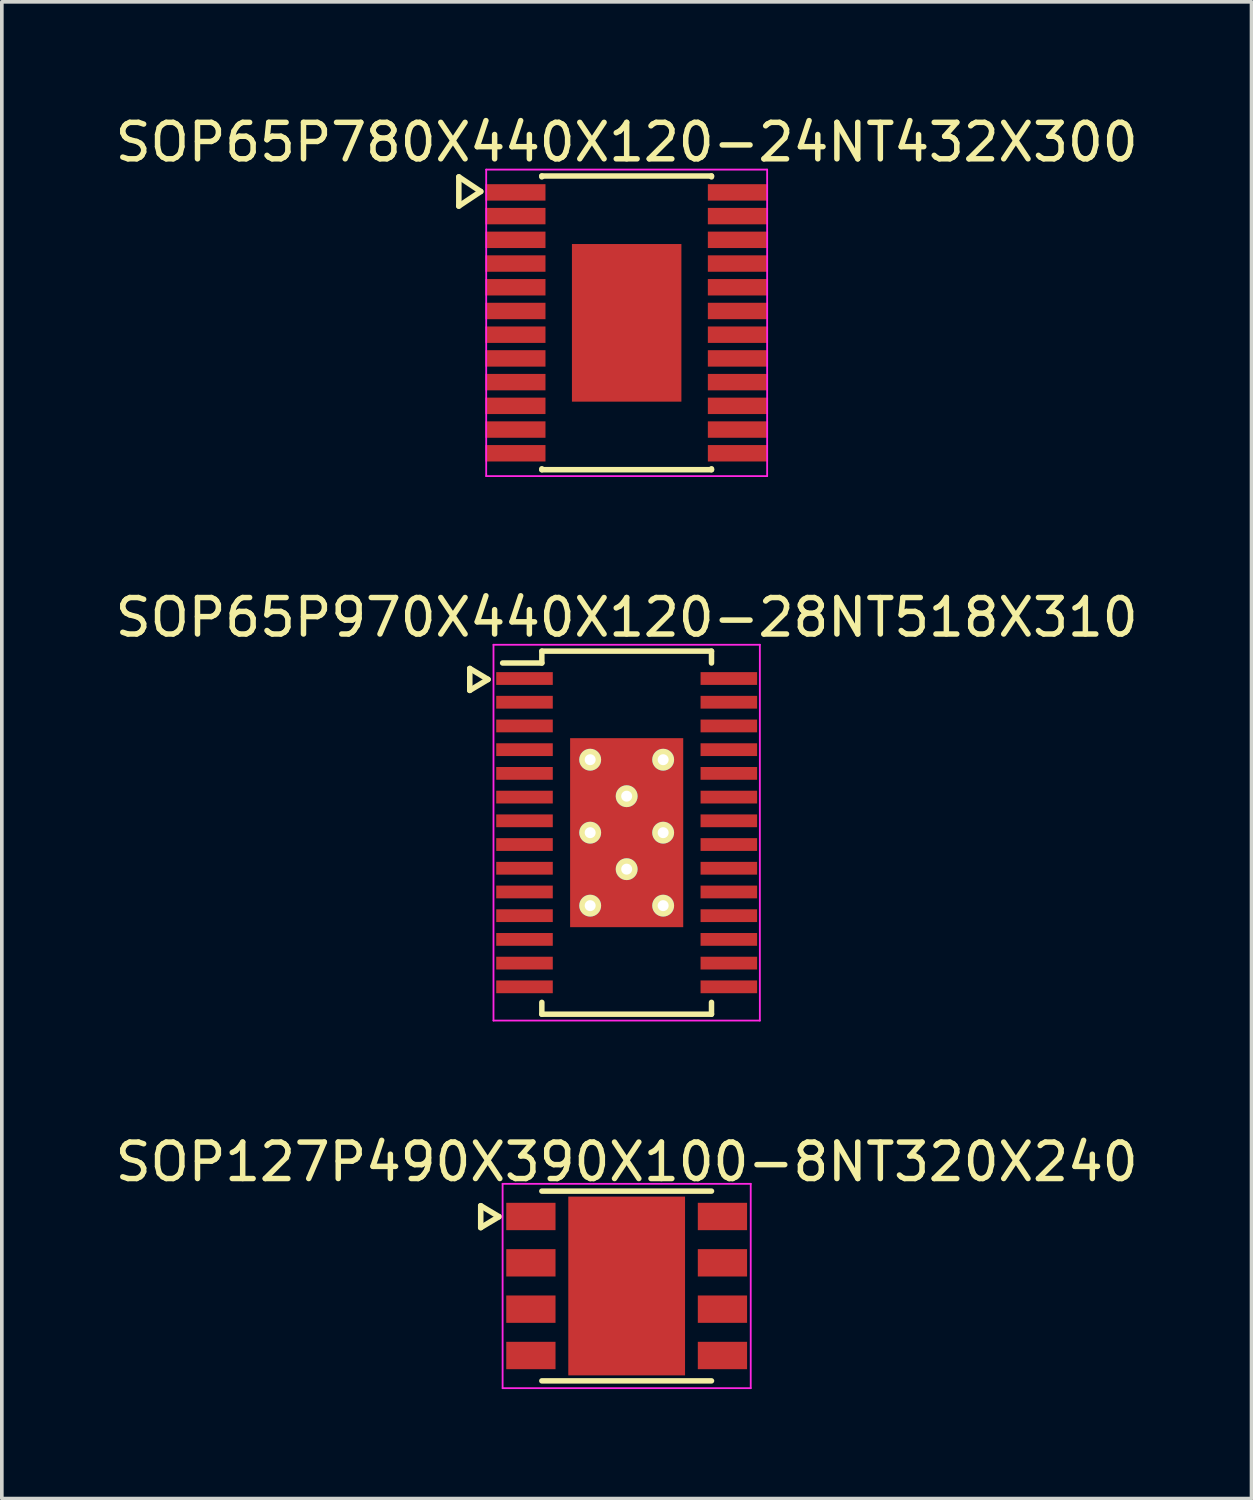
<source format=kicad_pcb>
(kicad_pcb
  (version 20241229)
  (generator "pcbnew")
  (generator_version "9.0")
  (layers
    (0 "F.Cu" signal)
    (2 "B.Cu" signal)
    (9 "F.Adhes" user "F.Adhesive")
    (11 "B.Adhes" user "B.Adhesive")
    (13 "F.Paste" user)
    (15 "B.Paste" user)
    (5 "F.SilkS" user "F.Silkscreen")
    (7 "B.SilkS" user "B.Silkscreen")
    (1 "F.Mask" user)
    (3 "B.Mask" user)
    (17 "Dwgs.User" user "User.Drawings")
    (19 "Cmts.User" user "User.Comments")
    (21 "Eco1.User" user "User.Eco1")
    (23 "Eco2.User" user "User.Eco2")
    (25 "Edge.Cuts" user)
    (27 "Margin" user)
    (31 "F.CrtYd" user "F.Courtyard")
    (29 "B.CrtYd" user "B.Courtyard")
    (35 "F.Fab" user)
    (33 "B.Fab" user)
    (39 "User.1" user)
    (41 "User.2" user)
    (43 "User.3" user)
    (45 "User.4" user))
  (footprint "SOP65P780X440X120-24NT432X300"
    (layer "F.Cu")
    (at 14.125 5.798)
    (property "Reference" "SOP65P780X440X120-24NT432X300" (at 0 -4.95 0) (layer "F.SilkS") (effects (font (size 1 1) (thickness 0.15))))
    (attr smd)
    (fp_line (start -4.6 -4) (end -4.6 -3.2) (stroke (width 0.152) (type solid)) (layer "F.SilkS"))
    (fp_line (start -4.6 -3.2) (end -4 -3.6) (stroke (width 0.152) (type solid)) (layer "F.SilkS"))
    (fp_line (start -4 -3.6) (end -4.6 -4) (stroke (width 0.152) (type solid)) (layer "F.SilkS"))
    (fp_line (start -2.325 -4.025) (end -2.325 -4) (stroke (width 0.15) (type solid)) (layer "F.SilkS"))
    (fp_line (start -2.325 -4.025) (end 2.325 -4.025) (stroke (width 0.15) (type solid)) (layer "F.SilkS"))
    (fp_line (start -2.325 4.025) (end -2.325 4) (stroke (width 0.15) (type solid)) (layer "F.SilkS"))
    (fp_line (start -2.325 4.025) (end 2.325 4.025) (stroke (width 0.15) (type solid)) (layer "F.SilkS"))
    (fp_line (start 2.325 -4.025) (end 2.325 -4) (stroke (width 0.15) (type solid)) (layer "F.SilkS"))
    (fp_line (start 2.325 4.025) (end 2.325 4) (stroke (width 0.15) (type solid)) (layer "F.SilkS"))
    (fp_line (start -3.85 -4.2) (end -3.85 4.2) (stroke (width 0.05) (type solid)) (layer "F.CrtYd"))
    (fp_line (start -3.85 -4.2) (end 3.85 -4.2) (stroke (width 0.05) (type solid)) (layer "F.CrtYd"))
    (fp_line (start -3.85 4.2) (end 3.85 4.2) (stroke (width 0.05) (type solid)) (layer "F.CrtYd"))
    (fp_line (start 3.85 -4.2) (end 3.85 4.2) (stroke (width 0.05) (type solid)) (layer "F.CrtYd"))
    (pad "1" smd rect (at -3.05 -3.575) (size 1.65 0.45) (layers "F.Cu" "F.Mask" "F.Paste"))
    (pad "2" smd rect (at -3.05 -2.925) (size 1.65 0.45) (layers "F.Cu" "F.Mask" "F.Paste"))
    (pad "3" smd rect (at -3.05 -2.275) (size 1.65 0.45) (layers "F.Cu" "F.Mask" "F.Paste"))
    (pad "4" smd rect (at -3.05 -1.625) (size 1.65 0.45) (layers "F.Cu" "F.Mask" "F.Paste"))
    (pad "5" smd rect (at -3.05 -0.975) (size 1.65 0.45) (layers "F.Cu" "F.Mask" "F.Paste"))
    (pad "6" smd rect (at -3.05 -0.325) (size 1.65 0.45) (layers "F.Cu" "F.Mask" "F.Paste"))
    (pad "7" smd rect (at -3.05 0.325) (size 1.65 0.45) (layers "F.Cu" "F.Mask" "F.Paste"))
    (pad "8" smd rect (at -3.05 0.975) (size 1.65 0.45) (layers "F.Cu" "F.Mask" "F.Paste"))
    (pad "9" smd rect (at -3.05 1.625) (size 1.65 0.45) (layers "F.Cu" "F.Mask" "F.Paste"))
    (pad "10" smd rect (at -3.05 2.275) (size 1.65 0.45) (layers "F.Cu" "F.Mask" "F.Paste"))
    (pad "11" smd rect (at -3.05 2.925) (size 1.65 0.45) (layers "F.Cu" "F.Mask" "F.Paste"))
    (pad "12" smd rect (at -3.05 3.575) (size 1.65 0.45) (layers "F.Cu" "F.Mask" "F.Paste"))
    (pad "13" smd rect (at 3.05 3.575) (size 1.65 0.45) (layers "F.Cu" "F.Mask" "F.Paste"))
    (pad "14" smd rect (at 3.05 2.925) (size 1.65 0.45) (layers "F.Cu" "F.Mask" "F.Paste"))
    (pad "15" smd rect (at 3.05 2.275) (size 1.65 0.45) (layers "F.Cu" "F.Mask" "F.Paste"))
    (pad "16" smd rect (at 3.05 1.625) (size 1.65 0.45) (layers "F.Cu" "F.Mask" "F.Paste"))
    (pad "17" smd rect (at 3.05 0.975) (size 1.65 0.45) (layers "F.Cu" "F.Mask" "F.Paste"))
    (pad "18" smd rect (at 3.05 0.325) (size 1.65 0.45) (layers "F.Cu" "F.Mask" "F.Paste"))
    (pad "19" smd rect (at 3.05 -0.325) (size 1.65 0.45) (layers "F.Cu" "F.Mask" "F.Paste"))
    (pad "20" smd rect (at 3.05 -0.975) (size 1.65 0.45) (layers "F.Cu" "F.Mask" "F.Paste"))
    (pad "21" smd rect (at 3.05 -1.625) (size 1.65 0.45) (layers "F.Cu" "F.Mask" "F.Paste"))
    (pad "22" smd rect (at 3.05 -2.275) (size 1.65 0.45) (layers "F.Cu" "F.Mask" "F.Paste"))
    (pad "23" smd rect (at 3.05 -2.925) (size 1.65 0.45) (layers "F.Cu" "F.Mask" "F.Paste"))
    (pad "24" smd rect (at 3.05 -3.575) (size 1.65 0.45) (layers "F.Cu" "F.Mask" "F.Paste"))
    (pad "25" smd rect (at 0 0) (size 3 4.32) (layers "F.Cu" "F.Mask" "F.Paste")))
  (footprint "SOP127P490X390X100-8NT320X240"
    (layer "F.Cu")
    (at 14.125 32.195)
    (property "Reference" "SOP127P490X390X100-8NT320X240" (at 0 -3.4 0) (layer "F.SilkS") (effects (font (size 1 1) (thickness 0.15))))
    (attr smd)
    (fp_line (start -4 -2.2) (end -4 -1.6) (stroke (width 0.152) (type solid)) (layer "F.SilkS"))
    (fp_line (start -4 -1.6) (end -3.5 -1.9) (stroke (width 0.152) (type solid)) (layer "F.SilkS"))
    (fp_line (start -3.5 -1.9) (end -4 -2.2) (stroke (width 0.152) (type solid)) (layer "F.SilkS"))
    (fp_line (start -2.325 -2.6) (end 2.325 -2.6) (stroke (width 0.15) (type solid)) (layer "F.SilkS"))
    (fp_line (start -2.325 2.6) (end 2.325 2.6) (stroke (width 0.15) (type solid)) (layer "F.SilkS"))
    (fp_line (start -3.4 -2.8) (end -3.4 2.8) (stroke (width 0.05) (type solid)) (layer "F.CrtYd"))
    (fp_line (start -3.4 -2.8) (end 3.4 -2.8) (stroke (width 0.05) (type solid)) (layer "F.CrtYd"))
    (fp_line (start -3.4 2.8) (end 3.4 2.8) (stroke (width 0.05) (type solid)) (layer "F.CrtYd"))
    (fp_line (start 3.4 -2.8) (end 3.4 2.8) (stroke (width 0.05) (type solid)) (layer "F.CrtYd"))
    (pad "1" smd rect (at -2.625 -1.905) (size 1.35 0.75) (layers "F.Cu" "F.Mask" "F.Paste"))
    (pad "2" smd rect (at -2.625 -0.635) (size 1.35 0.75) (layers "F.Cu" "F.Mask" "F.Paste"))
    (pad "3" smd rect (at -2.625 0.635) (size 1.35 0.75) (layers "F.Cu" "F.Mask" "F.Paste"))
    (pad "4" smd rect (at -2.625 1.905) (size 1.35 0.75) (layers "F.Cu" "F.Mask" "F.Paste"))
    (pad "5" smd rect (at 2.625 1.905) (size 1.35 0.75) (layers "F.Cu" "F.Mask" "F.Paste"))
    (pad "6" smd rect (at 2.625 0.635) (size 1.35 0.75) (layers "F.Cu" "F.Mask" "F.Paste"))
    (pad "7" smd rect (at 2.625 -0.635) (size 1.35 0.75) (layers "F.Cu" "F.Mask" "F.Paste"))
    (pad "8" smd rect (at 2.625 -1.905) (size 1.35 0.75) (layers "F.Cu" "F.Mask" "F.Paste"))
    (pad "9" smd rect (at 0 0) (size 3.2 4.9) (layers "F.Cu" "F.Mask" "F.Paste")))
  (footprint "SOP65P970X440X120-28NT518X310"
    (layer "F.Cu")
    (at 14.125 19.771)
    (property "Reference" "SOP65P970X440X120-28NT518X310" (at 0 -5.9 0) (layer "F.SilkS") (effects (font (size 1 1) (thickness 0.15))))
    (attr smd)
    (fp_line (start -4.3 -4.5) (end -4.3 -3.9) (stroke (width 0.152) (type solid)) (layer "F.SilkS"))
    (fp_line (start -4.3 -3.9) (end -3.8 -4.2) (stroke (width 0.152) (type solid)) (layer "F.SilkS"))
    (fp_line (start -3.8 -4.2) (end -4.3 -4.5) (stroke (width 0.152) (type solid)) (layer "F.SilkS"))
    (fp_line (start -2.325 -4.975) (end -2.325 -4.65) (stroke (width 0.15) (type solid)) (layer "F.SilkS"))
    (fp_line (start -2.325 -4.975) (end 2.325 -4.975) (stroke (width 0.15) (type solid)) (layer "F.SilkS"))
    (fp_line (start -2.325 -4.65) (end -3.4 -4.65) (stroke (width 0.15) (type solid)) (layer "F.SilkS"))
    (fp_line (start -2.325 4.975) (end -2.325 4.65) (stroke (width 0.15) (type solid)) (layer "F.SilkS"))
    (fp_line (start -2.325 4.975) (end 2.325 4.975) (stroke (width 0.15) (type solid)) (layer "F.SilkS"))
    (fp_line (start 2.325 -4.975) (end 2.325 -4.65) (stroke (width 0.15) (type solid)) (layer "F.SilkS"))
    (fp_line (start 2.325 4.975) (end 2.325 4.65) (stroke (width 0.15) (type solid)) (layer "F.SilkS"))
    (fp_line (start -3.65 -5.15) (end -3.65 5.15) (stroke (width 0.05) (type solid)) (layer "F.CrtYd"))
    (fp_line (start -3.65 -5.15) (end 3.65 -5.15) (stroke (width 0.05) (type solid)) (layer "F.CrtYd"))
    (fp_line (start -3.65 5.15) (end 3.65 5.15) (stroke (width 0.05) (type solid)) (layer "F.CrtYd"))
    (fp_line (start 3.65 -5.15) (end 3.65 5.15) (stroke (width 0.05) (type solid)) (layer "F.CrtYd"))
    (pad "1" smd rect (at -2.8 -4.225) (size 1.55 0.35) (layers "F.Cu" "F.Mask" "F.Paste"))
    (pad "2" smd rect (at -2.8 -3.575) (size 1.55 0.35) (layers "F.Cu" "F.Mask" "F.Paste"))
    (pad "3" smd rect (at -2.8 -2.925) (size 1.55 0.35) (layers "F.Cu" "F.Mask" "F.Paste"))
    (pad "4" smd rect (at -2.8 -2.275) (size 1.55 0.35) (layers "F.Cu" "F.Mask" "F.Paste"))
    (pad "5" smd rect (at -2.8 -1.625) (size 1.55 0.35) (layers "F.Cu" "F.Mask" "F.Paste"))
    (pad "6" smd rect (at -2.8 -0.975) (size 1.55 0.35) (layers "F.Cu" "F.Mask" "F.Paste"))
    (pad "7" smd rect (at -2.8 -0.325) (size 1.55 0.35) (layers "F.Cu" "F.Mask" "F.Paste"))
    (pad "8" smd rect (at -2.8 0.325) (size 1.55 0.35) (layers "F.Cu" "F.Mask" "F.Paste"))
    (pad "9" smd rect (at -2.8 0.975) (size 1.55 0.35) (layers "F.Cu" "F.Mask" "F.Paste"))
    (pad "10" smd rect (at -2.8 1.625) (size 1.55 0.35) (layers "F.Cu" "F.Mask" "F.Paste"))
    (pad "11" smd rect (at -2.8 2.275) (size 1.55 0.35) (layers "F.Cu" "F.Mask" "F.Paste"))
    (pad "12" smd rect (at -2.8 2.925) (size 1.55 0.35) (layers "F.Cu" "F.Mask" "F.Paste"))
    (pad "13" smd rect (at -2.8 3.575) (size 1.55 0.35) (layers "F.Cu" "F.Mask" "F.Paste"))
    (pad "14" smd rect (at -2.8 4.225) (size 1.55 0.35) (layers "F.Cu" "F.Mask" "F.Paste"))
    (pad "15" smd rect (at 2.8 4.225) (size 1.55 0.35) (layers "F.Cu" "F.Mask" "F.Paste"))
    (pad "16" smd rect (at 2.8 3.575) (size 1.55 0.35) (layers "F.Cu" "F.Mask" "F.Paste"))
    (pad "17" smd rect (at 2.8 2.925) (size 1.55 0.35) (layers "F.Cu" "F.Mask" "F.Paste"))
    (pad "18" smd rect (at 2.8 2.275) (size 1.55 0.35) (layers "F.Cu" "F.Mask" "F.Paste"))
    (pad "19" smd rect (at 2.8 1.625) (size 1.55 0.35) (layers "F.Cu" "F.Mask" "F.Paste"))
    (pad "20" smd rect (at 2.8 0.975) (size 1.55 0.35) (layers "F.Cu" "F.Mask" "F.Paste"))
    (pad "21" smd rect (at 2.8 0.325) (size 1.55 0.35) (layers "F.Cu" "F.Mask" "F.Paste"))
    (pad "22" smd rect (at 2.8 -0.325) (size 1.55 0.35) (layers "F.Cu" "F.Mask" "F.Paste"))
    (pad "23" smd rect (at 2.8 -0.975) (size 1.55 0.35) (layers "F.Cu" "F.Mask" "F.Paste"))
    (pad "24" smd rect (at 2.8 -1.625) (size 1.55 0.35) (layers "F.Cu" "F.Mask" "F.Paste"))
    (pad "25" smd rect (at 2.8 -2.275) (size 1.55 0.35) (layers "F.Cu" "F.Mask" "F.Paste"))
    (pad "26" smd rect (at 2.8 -2.925) (size 1.55 0.35) (layers "F.Cu" "F.Mask" "F.Paste"))
    (pad "27" smd rect (at 2.8 -3.575) (size 1.55 0.35) (layers "F.Cu" "F.Mask" "F.Paste"))
    (pad "28" smd rect (at 2.8 -4.225) (size 1.55 0.35) (layers "F.Cu" "F.Mask" "F.Paste"))
    (pad "29" thru_hole circle (at -1 -2) (size 0.6 0.6) (drill 0.3) (layers "*.Cu" "F.Mask" "F.SilkS"))
    (pad "29" thru_hole circle (at -1 0) (size 0.6 0.6) (drill 0.3) (layers "*.Cu" "F.Mask" "F.SilkS"))
    (pad "29" thru_hole circle (at -1 2) (size 0.6 0.6) (drill 0.3) (layers "*.Cu" "F.Mask" "F.SilkS"))
    (pad "29" thru_hole circle (at 0 -1) (size 0.6 0.6) (drill 0.3) (layers "*.Cu" "F.Mask" "F.SilkS"))
    (pad "29" smd rect (at 0 0) (size 3.1 5.18) (layers "F.Cu" "F.Mask" "F.Paste"))
    (pad "29" thru_hole circle (at 0 1) (size 0.6 0.6) (drill 0.3) (layers "*.Cu" "F.Mask" "F.SilkS"))
    (pad "29" thru_hole circle (at 1 -2) (size 0.6 0.6) (drill 0.3) (layers "*.Cu" "F.Mask" "F.SilkS"))
    (pad "29" thru_hole circle (at 1 0) (size 0.6 0.6) (drill 0.3) (layers "*.Cu" "F.Mask" "F.SilkS"))
    (pad "29" thru_hole circle (at 1 2) (size 0.6 0.6) (drill 0.3) (layers "*.Cu" "F.Mask" "F.SilkS")))
  (gr_rect
    (start -3 -3)
    (end 31.25 38.02)
    (stroke (width 0.1) (type default))
    (fill no)
    (layer "Edge.Cuts")))
</source>
